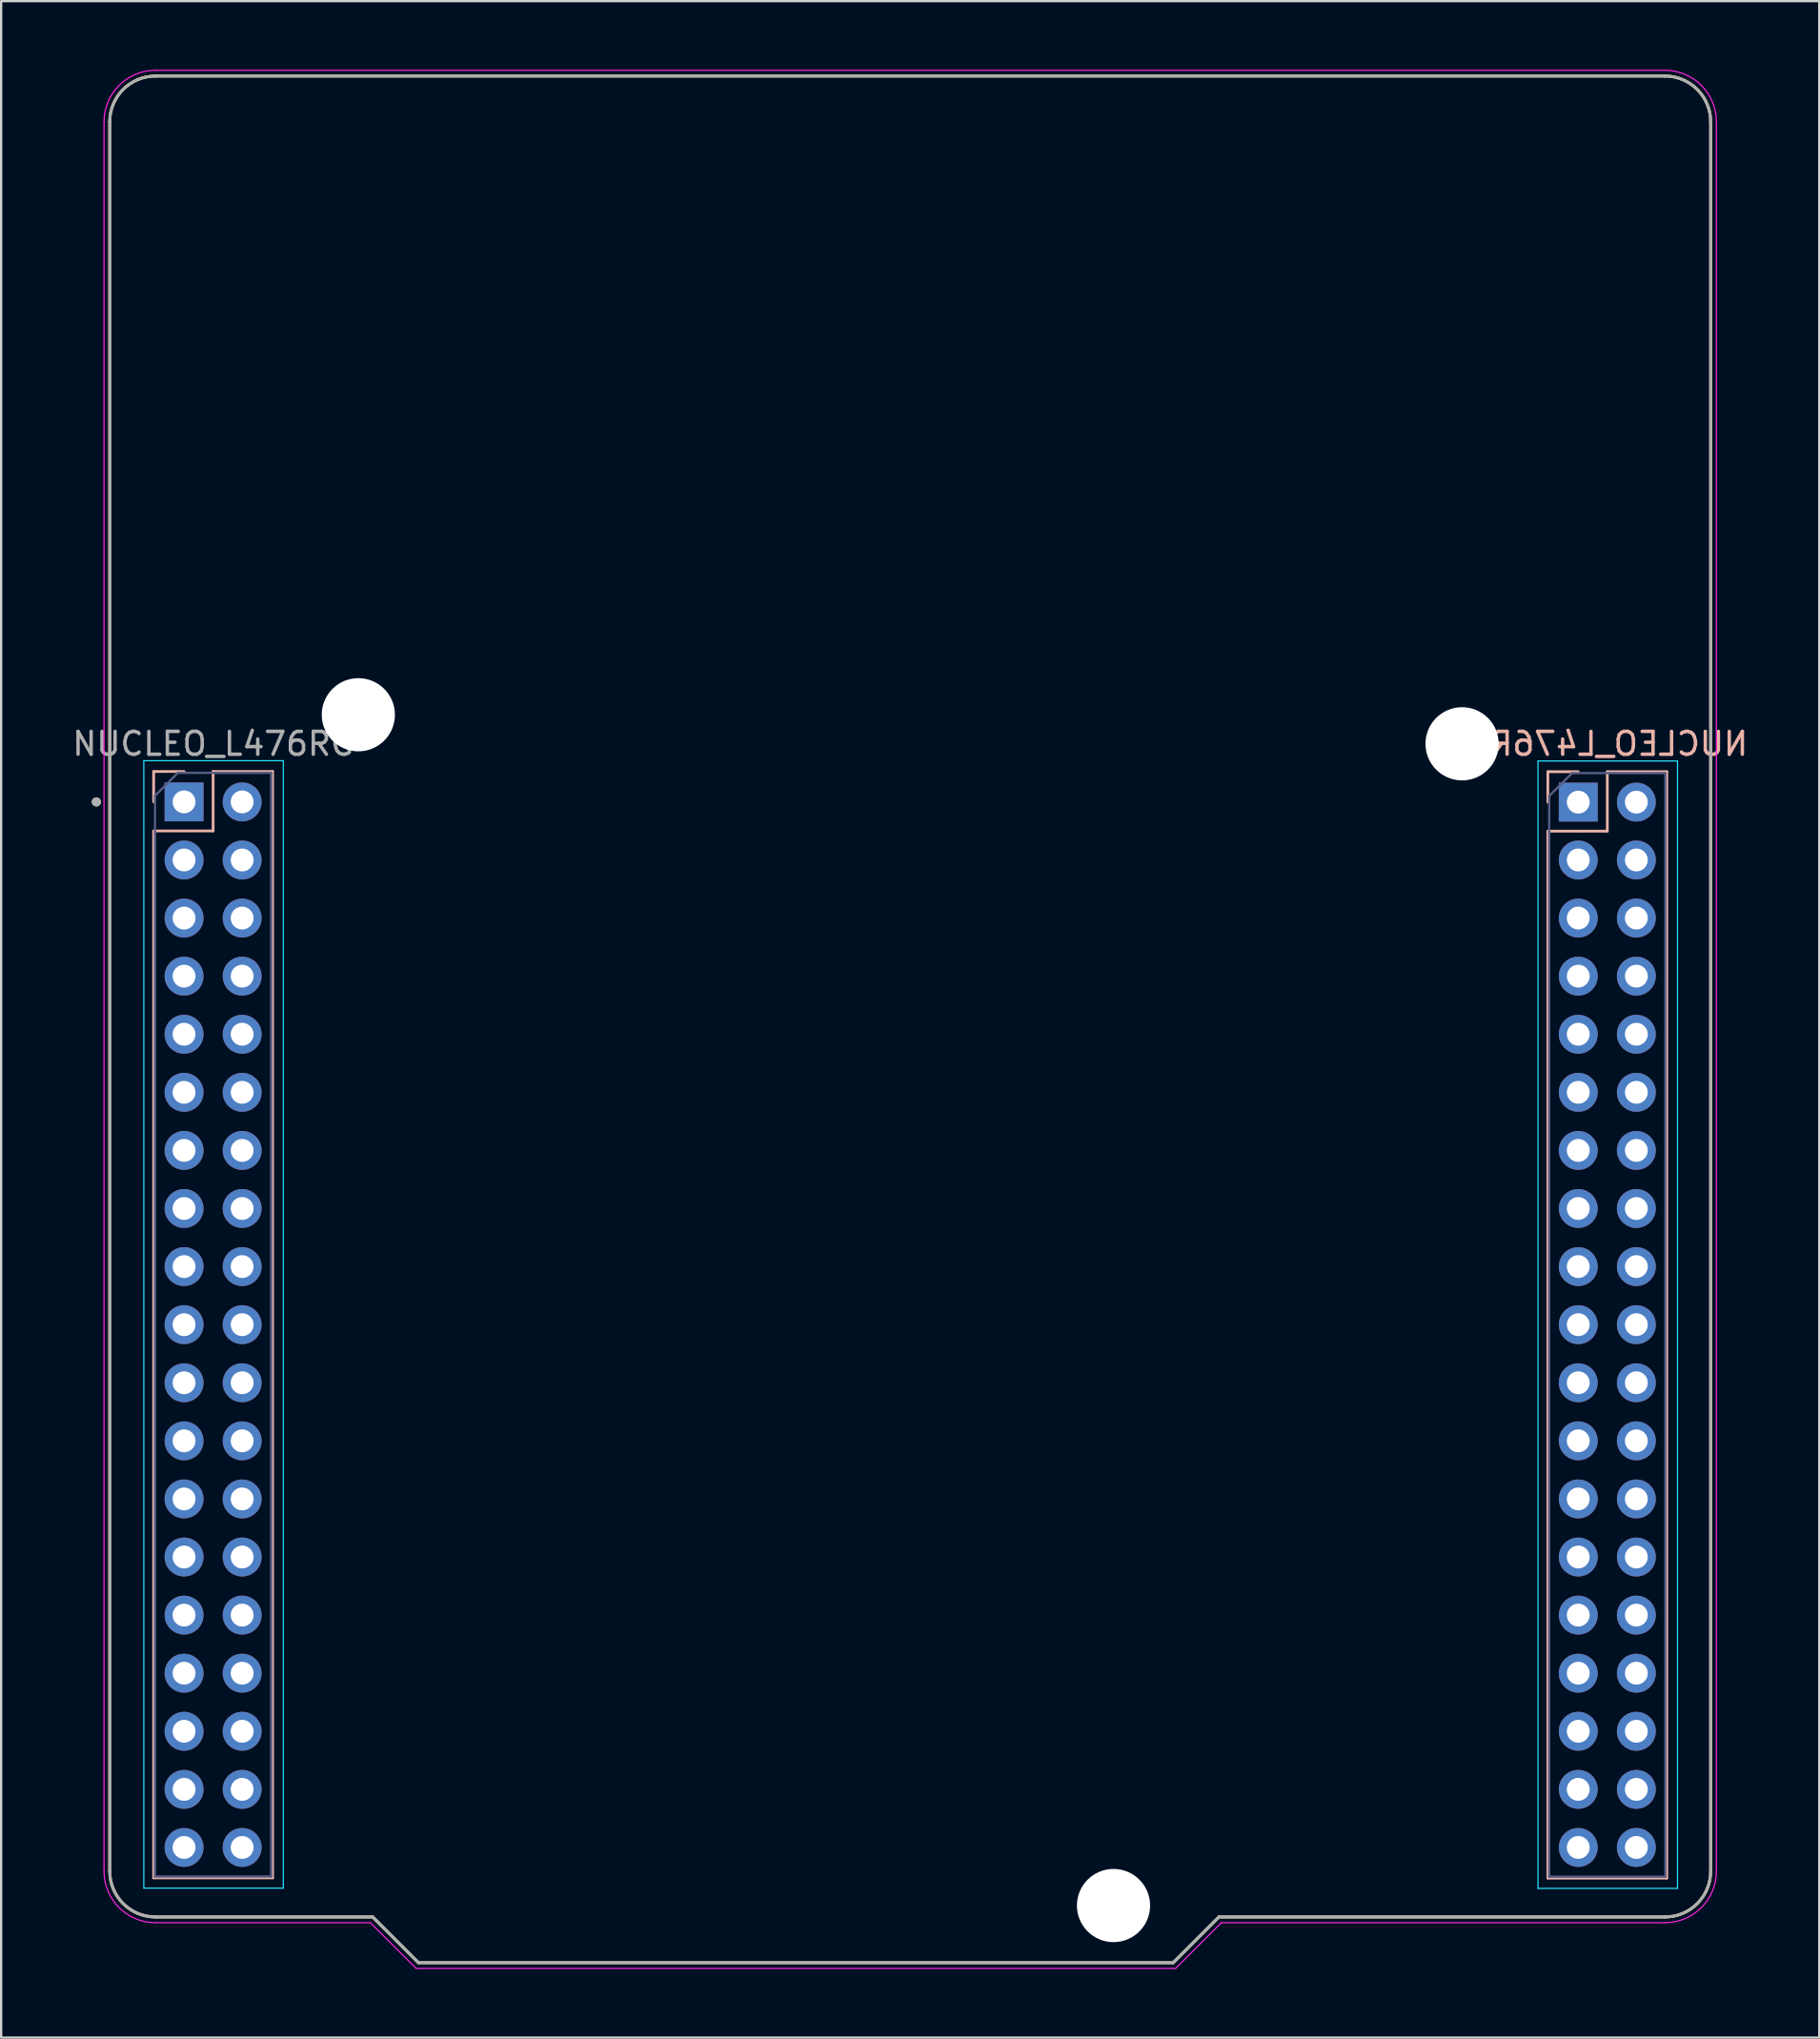
<source format=kicad_pcb>
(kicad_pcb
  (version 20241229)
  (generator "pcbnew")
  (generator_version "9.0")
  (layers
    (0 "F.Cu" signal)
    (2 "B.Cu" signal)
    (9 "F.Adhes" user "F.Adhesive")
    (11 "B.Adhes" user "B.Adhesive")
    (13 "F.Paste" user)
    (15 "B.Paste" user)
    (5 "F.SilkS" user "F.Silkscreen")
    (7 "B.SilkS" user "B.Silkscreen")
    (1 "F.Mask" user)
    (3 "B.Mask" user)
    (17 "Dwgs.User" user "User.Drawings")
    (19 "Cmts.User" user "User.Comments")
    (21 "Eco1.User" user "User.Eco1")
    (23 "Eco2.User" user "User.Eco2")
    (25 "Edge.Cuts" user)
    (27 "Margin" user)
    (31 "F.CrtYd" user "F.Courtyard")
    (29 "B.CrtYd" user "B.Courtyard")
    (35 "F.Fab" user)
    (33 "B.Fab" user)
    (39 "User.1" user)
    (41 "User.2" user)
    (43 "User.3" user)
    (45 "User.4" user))
  (footprint "NUCLEO_L476RG"
    (layer "F.Cu")
    (at 36.748 54.875)
    (property "Reference" "NUCLEO_L476RG" (at 30.48 -25.4 0) (layer "B.SilkS") (effects (font (size 1 1) (thickness 0.15)) (justify mirror)))
    (attr through_hole)
    (fp_line (start -35 -52.6) (end -35 23.9) (stroke (width 0.127) (type solid)) (layer "F.SilkS"))
    (fp_line (start -33 -54.6) (end 33 -54.6) (stroke (width 0.127) (type solid)) (layer "F.SilkS"))
    (fp_line (start -33 25.9) (end -23.5 25.9) (stroke (width 0.127) (type solid)) (layer "F.SilkS"))
    (fp_line (start -23.5 25.9) (end -21.5 27.9) (stroke (width 0.127) (type solid)) (layer "F.SilkS"))
    (fp_line (start -21.5 27.9) (end 11.5 27.9) (stroke (width 0.127) (type solid)) (layer "F.SilkS"))
    (fp_line (start 11.5 27.9) (end 13.5 25.9) (stroke (width 0.127) (type solid)) (layer "F.SilkS"))
    (fp_line (start 13.5 25.9) (end 33 25.9) (stroke (width 0.127) (type solid)) (layer "F.SilkS"))
    (fp_line (start 35 23.9) (end 35 -52.6) (stroke (width 0.127) (type solid)) (layer "F.SilkS"))
    (fp_arc (start -35 -52.6) (mid -34.414214 -54.014214) (end -33 -54.6) (stroke (width 0.127) (type solid)) (layer "F.SilkS"))
    (fp_arc (start -33 25.9) (mid -34.414214 25.314214) (end -35 23.9) (stroke (width 0.127) (type solid)) (layer "F.SilkS"))
    (fp_arc (start 33 -54.6) (mid 34.414214 -54.014214) (end 35 -52.6) (stroke (width 0.127) (type solid)) (layer "F.SilkS"))
    (fp_arc (start 35 23.9) (mid 34.414214 25.314214) (end 33 25.9) (stroke (width 0.127) (type solid)) (layer "F.SilkS"))
    (fp_circle (center -35.585 -22.86) (end -35.485 -22.86) (stroke (width 0.2) (type solid)) (fill no) (layer "F.SilkS"))
    (fp_line (start -33.08 -24.19) (end -33.08 -22.86) (stroke (width 0.12) (type solid)) (layer "B.SilkS"))
    (fp_line (start -33.08 -21.59) (end -33.08 24.19) (stroke (width 0.12) (type solid)) (layer "B.SilkS"))
    (fp_line (start -31.75 -24.19) (end -33.08 -24.19) (stroke (width 0.12) (type solid)) (layer "B.SilkS"))
    (fp_line (start -30.48 -24.19) (end -30.48 -21.59) (stroke (width 0.12) (type solid)) (layer "B.SilkS"))
    (fp_line (start -30.48 -21.59) (end -33.08 -21.59) (stroke (width 0.12) (type solid)) (layer "B.SilkS"))
    (fp_line (start -27.88 -24.19) (end -30.48 -24.19) (stroke (width 0.12) (type solid)) (layer "B.SilkS"))
    (fp_line (start -27.88 -24.19) (end -27.88 24.19) (stroke (width 0.12) (type solid)) (layer "B.SilkS"))
    (fp_line (start -27.88 24.19) (end -33.08 24.19) (stroke (width 0.12) (type solid)) (layer "B.SilkS"))
    (fp_line (start 27.88 -24.18) (end 27.88 -22.85) (stroke (width 0.12) (type solid)) (layer "B.SilkS"))
    (fp_line (start 27.88 -21.58) (end 27.88 24.2) (stroke (width 0.12) (type solid)) (layer "B.SilkS"))
    (fp_line (start 29.21 -24.18) (end 27.88 -24.18) (stroke (width 0.12) (type solid)) (layer "B.SilkS"))
    (fp_line (start 30.48 -24.18) (end 30.48 -21.58) (stroke (width 0.12) (type solid)) (layer "B.SilkS"))
    (fp_line (start 30.48 -21.58) (end 27.88 -21.58) (stroke (width 0.12) (type solid)) (layer "B.SilkS"))
    (fp_line (start 33.08 -24.18) (end 30.48 -24.18) (stroke (width 0.12) (type solid)) (layer "B.SilkS"))
    (fp_line (start 33.08 -24.18) (end 33.08 24.2) (stroke (width 0.12) (type solid)) (layer "B.SilkS"))
    (fp_line (start 33.08 24.2) (end 27.88 24.2) (stroke (width 0.12) (type solid)) (layer "B.SilkS"))
    (fp_line (start -33.51 -24.66) (end -33.51 24.64) (stroke (width 0.05) (type solid)) (layer "B.CrtYd"))
    (fp_line (start -33.51 24.64) (end -27.41 24.64) (stroke (width 0.05) (type solid)) (layer "B.CrtYd"))
    (fp_line (start -27.41 -24.66) (end -33.51 -24.66) (stroke (width 0.05) (type solid)) (layer "B.CrtYd"))
    (fp_line (start -27.41 24.64) (end -27.41 -24.66) (stroke (width 0.05) (type solid)) (layer "B.CrtYd"))
    (fp_line (start 27.45 -24.65) (end 27.45 24.65) (stroke (width 0.05) (type solid)) (layer "B.CrtYd"))
    (fp_line (start 27.45 24.65) (end 33.55 24.65) (stroke (width 0.05) (type solid)) (layer "B.CrtYd"))
    (fp_line (start 33.55 -24.65) (end 27.45 -24.65) (stroke (width 0.05) (type solid)) (layer "B.CrtYd"))
    (fp_line (start 33.55 24.65) (end 33.55 -24.65) (stroke (width 0.05) (type solid)) (layer "B.CrtYd"))
    (fp_line (start -35.25 -52.6) (end -35.25 23.9) (stroke (width 0.05) (type solid)) (layer "F.CrtYd"))
    (fp_line (start -33 -54.85) (end 33 -54.85) (stroke (width 0.05) (type solid)) (layer "F.CrtYd"))
    (fp_line (start -33 26.15) (end -23.604 26.15) (stroke (width 0.05) (type solid)) (layer "F.CrtYd"))
    (fp_line (start -23.604 26.15) (end -21.604 28.15) (stroke (width 0.05) (type solid)) (layer "F.CrtYd"))
    (fp_line (start -21.604 28.15) (end 11.604 28.15) (stroke (width 0.05) (type solid)) (layer "F.CrtYd"))
    (fp_line (start 11.604 28.15) (end 13.604 26.15) (stroke (width 0.05) (type solid)) (layer "F.CrtYd"))
    (fp_line (start 13.604 26.15) (end 33 26.15) (stroke (width 0.05) (type solid)) (layer "F.CrtYd"))
    (fp_line (start 35.25 23.9) (end 35.25 -52.6) (stroke (width 0.05) (type solid)) (layer "F.CrtYd"))
    (fp_arc (start -35.25 -52.6) (mid -34.59099 -54.19099) (end -33 -54.85) (stroke (width 0.05) (type solid)) (layer "F.CrtYd"))
    (fp_arc (start -33 26.15) (mid -34.59099 25.49099) (end -35.25 23.9) (stroke (width 0.05) (type solid)) (layer "F.CrtYd"))
    (fp_arc (start 33 -54.85) (mid 34.59099 -54.19099) (end 35.25 -52.6) (stroke (width 0.05) (type solid)) (layer "F.CrtYd"))
    (fp_arc (start 35.25 23.9) (mid 34.59099 25.49099) (end 33 26.15) (stroke (width 0.05) (type solid)) (layer "F.CrtYd"))
    (fp_line (start -33.02 -23.13) (end -33.02 24.13) (stroke (width 0.1) (type solid)) (layer "B.Fab"))
    (fp_line (start -33.02 24.13) (end -27.94 24.13) (stroke (width 0.1) (type solid)) (layer "B.Fab"))
    (fp_line (start -32.02 -24.13) (end -33.02 -23.13) (stroke (width 0.1) (type solid)) (layer "B.Fab"))
    (fp_line (start -27.94 -24.13) (end -32.02 -24.13) (stroke (width 0.1) (type solid)) (layer "B.Fab"))
    (fp_line (start -27.94 24.13) (end -27.94 -24.13) (stroke (width 0.1) (type solid)) (layer "B.Fab"))
    (fp_line (start 27.94 -23.12) (end 27.94 24.14) (stroke (width 0.1) (type solid)) (layer "B.Fab"))
    (fp_line (start 27.94 24.14) (end 33.02 24.14) (stroke (width 0.1) (type solid)) (layer "B.Fab"))
    (fp_line (start 28.94 -24.12) (end 27.94 -23.12) (stroke (width 0.1) (type solid)) (layer "B.Fab"))
    (fp_line (start 33.02 -24.12) (end 28.94 -24.12) (stroke (width 0.1) (type solid)) (layer "B.Fab"))
    (fp_line (start 33.02 24.14) (end 33.02 -24.12) (stroke (width 0.1) (type solid)) (layer "B.Fab"))
    (fp_line (start -35 -52.6) (end -35 23.9) (stroke (width 0.127) (type solid)) (layer "F.Fab"))
    (fp_line (start -33 -54.6) (end 33 -54.6) (stroke (width 0.127) (type solid)) (layer "F.Fab"))
    (fp_line (start -33 25.9) (end -23.5 25.9) (stroke (width 0.127) (type solid)) (layer "F.Fab"))
    (fp_line (start -23.5 25.9) (end -21.5 27.9) (stroke (width 0.127) (type solid)) (layer "F.Fab"))
    (fp_line (start -21.5 27.9) (end 11.5 27.9) (stroke (width 0.127) (type solid)) (layer "F.Fab"))
    (fp_line (start 11.5 27.9) (end 13.5 25.9) (stroke (width 0.127) (type solid)) (layer "F.Fab"))
    (fp_line (start 13.5 25.9) (end 33 25.9) (stroke (width 0.127) (type solid)) (layer "F.Fab"))
    (fp_line (start 35 23.9) (end 35 -52.6) (stroke (width 0.127) (type solid)) (layer "F.Fab"))
    (fp_arc (start -35 -52.6) (mid -34.414214 -54.014214) (end -33 -54.6) (stroke (width 0.127) (type solid)) (layer "F.Fab"))
    (fp_arc (start -33 25.9) (mid -34.414214 25.314214) (end -35 23.9) (stroke (width 0.127) (type solid)) (layer "F.Fab"))
    (fp_arc (start 33 -54.6) (mid 34.414214 -54.014214) (end 35 -52.6) (stroke (width 0.127) (type solid)) (layer "F.Fab"))
    (fp_arc (start 35 23.9) (mid 34.414214 25.314214) (end 33 25.9) (stroke (width 0.127) (type solid)) (layer "F.Fab"))
    (fp_circle (center -35.585 -22.86) (end -35.485 -22.86) (stroke (width 0.2) (type solid)) (fill no) (layer "F.Fab"))
    (fp_text user "${REFERENCE}" (at -30.48 -25.4 180) (layer "F.Fab") (effects (font (size 1 1) (thickness 0.15))))
    (pad "" np_thru_hole circle (at -24.13 -26.67) (size 3.2 3.2) (drill 3.2) (layers "*.Cu" "*.Mask"))
    (pad "" np_thru_hole circle (at 8.89 25.4) (size 3.2 3.2) (drill 3.2) (layers "*.Cu" "*.Mask"))
    (pad "" np_thru_hole circle (at 24.13 -25.4) (size 3.2 3.2) (drill 3.2) (layers "*.Cu" "*.Mask"))
    (pad "101" thru_hole rect (at -31.75 -22.86) (size 1.7 1.7) (drill 1) (layers "*.Cu" "*.Mask"))
    (pad "102" thru_hole oval (at -29.21 -22.86) (size 1.7 1.7) (drill 1) (layers "*.Cu" "*.Mask"))
    (pad "103" thru_hole oval (at -31.75 -20.32) (size 1.7 1.7) (drill 1) (layers "*.Cu" "*.Mask"))
    (pad "104" thru_hole oval (at -29.21 -20.32) (size 1.7 1.7) (drill 1) (layers "*.Cu" "*.Mask"))
    (pad "105" thru_hole oval (at -31.75 -17.78) (size 1.7 1.7) (drill 1) (layers "*.Cu" "*.Mask"))
    (pad "106" thru_hole oval (at -29.21 -17.78) (size 1.7 1.7) (drill 1) (layers "*.Cu" "*.Mask"))
    (pad "107" thru_hole oval (at -31.75 -15.24) (size 1.7 1.7) (drill 1) (layers "*.Cu" "*.Mask"))
    (pad "108" thru_hole oval (at -29.21 -15.24) (size 1.7 1.7) (drill 1) (layers "*.Cu" "*.Mask"))
    (pad "109" thru_hole oval (at -31.75 -12.7) (size 1.7 1.7) (drill 1) (layers "*.Cu" "*.Mask"))
    (pad "110" thru_hole oval (at -29.21 -12.7) (size 1.7 1.7) (drill 1) (layers "*.Cu" "*.Mask"))
    (pad "111" thru_hole oval (at -31.75 -10.16) (size 1.7 1.7) (drill 1) (layers "*.Cu" "*.Mask"))
    (pad "112" thru_hole oval (at -29.21 -10.16) (size 1.7 1.7) (drill 1) (layers "*.Cu" "*.Mask"))
    (pad "113" thru_hole oval (at -31.75 -7.62) (size 1.7 1.7) (drill 1) (layers "*.Cu" "*.Mask"))
    (pad "114" thru_hole oval (at -29.21 -7.62) (size 1.7 1.7) (drill 1) (layers "*.Cu" "*.Mask"))
    (pad "115" thru_hole oval (at -31.75 -5.08) (size 1.7 1.7) (drill 1) (layers "*.Cu" "*.Mask"))
    (pad "116" thru_hole oval (at -29.21 -5.08) (size 1.7 1.7) (drill 1) (layers "*.Cu" "*.Mask"))
    (pad "117" thru_hole oval (at -31.75 -2.54) (size 1.7 1.7) (drill 1) (layers "*.Cu" "*.Mask"))
    (pad "118" thru_hole oval (at -29.21 -2.54) (size 1.7 1.7) (drill 1) (layers "*.Cu" "*.Mask"))
    (pad "119" thru_hole oval (at -31.75 0) (size 1.7 1.7) (drill 1) (layers "*.Cu" "*.Mask"))
    (pad "120" thru_hole oval (at -29.21 0) (size 1.7 1.7) (drill 1) (layers "*.Cu" "*.Mask"))
    (pad "121" thru_hole oval (at -31.75 2.54) (size 1.7 1.7) (drill 1) (layers "*.Cu" "*.Mask"))
    (pad "122" thru_hole oval (at -29.21 2.54) (size 1.7 1.7) (drill 1) (layers "*.Cu" "*.Mask"))
    (pad "123" thru_hole oval (at -31.75 5.08) (size 1.7 1.7) (drill 1) (layers "*.Cu" "*.Mask"))
    (pad "124" thru_hole oval (at -29.21 5.08) (size 1.7 1.7) (drill 1) (layers "*.Cu" "*.Mask"))
    (pad "125" thru_hole oval (at -31.75 7.62) (size 1.7 1.7) (drill 1) (layers "*.Cu" "*.Mask"))
    (pad "126" thru_hole oval (at -29.21 7.62) (size 1.7 1.7) (drill 1) (layers "*.Cu" "*.Mask"))
    (pad "127" thru_hole oval (at -31.75 10.16) (size 1.7 1.7) (drill 1) (layers "*.Cu" "*.Mask"))
    (pad "128" thru_hole oval (at -29.21 10.16) (size 1.7 1.7) (drill 1) (layers "*.Cu" "*.Mask"))
    (pad "129" thru_hole oval (at -31.75 12.7) (size 1.7 1.7) (drill 1) (layers "*.Cu" "*.Mask"))
    (pad "130" thru_hole oval (at -29.21 12.7) (size 1.7 1.7) (drill 1) (layers "*.Cu" "*.Mask"))
    (pad "131" thru_hole oval (at -31.75 15.24) (size 1.7 1.7) (drill 1) (layers "*.Cu" "*.Mask"))
    (pad "132" thru_hole oval (at -29.21 15.24) (size 1.7 1.7) (drill 1) (layers "*.Cu" "*.Mask"))
    (pad "133" thru_hole oval (at -31.75 17.78) (size 1.7 1.7) (drill 1) (layers "*.Cu" "*.Mask"))
    (pad "134" thru_hole oval (at -29.21 17.78) (size 1.7 1.7) (drill 1) (layers "*.Cu" "*.Mask"))
    (pad "135" thru_hole oval (at -31.75 20.32) (size 1.7 1.7) (drill 1) (layers "*.Cu" "*.Mask"))
    (pad "136" thru_hole oval (at -29.21 20.32) (size 1.7 1.7) (drill 1) (layers "*.Cu" "*.Mask"))
    (pad "137" thru_hole oval (at -31.75 22.86) (size 1.7 1.7) (drill 1) (layers "*.Cu" "*.Mask"))
    (pad "138" thru_hole oval (at -29.21 22.86) (size 1.7 1.7) (drill 1) (layers "*.Cu" "*.Mask"))
    (pad "201" thru_hole rect (at 29.21 -22.85) (size 1.7 1.7) (drill 1) (layers "*.Cu" "*.Mask"))
    (pad "202" thru_hole oval (at 31.75 -22.85) (size 1.7 1.7) (drill 1) (layers "*.Cu" "*.Mask"))
    (pad "203" thru_hole oval (at 29.21 -20.32) (size 1.7 1.7) (drill 1) (layers "*.Cu" "*.Mask"))
    (pad "204" thru_hole oval (at 31.75 -20.32) (size 1.7 1.7) (drill 1) (layers "*.Cu" "*.Mask"))
    (pad "205" thru_hole oval (at 29.21 -17.78) (size 1.7 1.7) (drill 1) (layers "*.Cu" "*.Mask"))
    (pad "206" thru_hole oval (at 31.75 -17.78) (size 1.7 1.7) (drill 1) (layers "*.Cu" "*.Mask"))
    (pad "207" thru_hole oval (at 29.21 -15.24) (size 1.7 1.7) (drill 1) (layers "*.Cu" "*.Mask"))
    (pad "208" thru_hole oval (at 31.75 -15.24) (size 1.7 1.7) (drill 1) (layers "*.Cu" "*.Mask"))
    (pad "209" thru_hole oval (at 29.21 -12.7) (size 1.7 1.7) (drill 1) (layers "*.Cu" "*.Mask"))
    (pad "210" thru_hole oval (at 31.75 -12.7) (size 1.7 1.7) (drill 1) (layers "*.Cu" "*.Mask"))
    (pad "211" thru_hole oval (at 29.21 -10.16) (size 1.7 1.7) (drill 1) (layers "*.Cu" "*.Mask"))
    (pad "212" thru_hole oval (at 31.75 -10.16) (size 1.7 1.7) (drill 1) (layers "*.Cu" "*.Mask"))
    (pad "213" thru_hole oval (at 29.21 -7.62) (size 1.7 1.7) (drill 1) (layers "*.Cu" "*.Mask"))
    (pad "214" thru_hole oval (at 31.75 -7.62) (size 1.7 1.7) (drill 1) (layers "*.Cu" "*.Mask"))
    (pad "215" thru_hole oval (at 29.21 -5.08) (size 1.7 1.7) (drill 1) (layers "*.Cu" "*.Mask"))
    (pad "216" thru_hole oval (at 31.75 -5.08) (size 1.7 1.7) (drill 1) (layers "*.Cu" "*.Mask"))
    (pad "217" thru_hole oval (at 29.21 -2.54) (size 1.7 1.7) (drill 1) (layers "*.Cu" "*.Mask"))
    (pad "218" thru_hole oval (at 31.75 -2.54) (size 1.7 1.7) (drill 1) (layers "*.Cu" "*.Mask"))
    (pad "219" thru_hole oval (at 29.21 0) (size 1.7 1.7) (drill 1) (layers "*.Cu" "*.Mask"))
    (pad "220" thru_hole oval (at 31.75 0) (size 1.7 1.7) (drill 1) (layers "*.Cu" "*.Mask"))
    (pad "221" thru_hole oval (at 29.21 2.54) (size 1.7 1.7) (drill 1) (layers "*.Cu" "*.Mask"))
    (pad "222" thru_hole oval (at 31.75 2.54) (size 1.7 1.7) (drill 1) (layers "*.Cu" "*.Mask"))
    (pad "223" thru_hole oval (at 29.21 5.08) (size 1.7 1.7) (drill 1) (layers "*.Cu" "*.Mask"))
    (pad "224" thru_hole oval (at 31.75 5.08) (size 1.7 1.7) (drill 1) (layers "*.Cu" "*.Mask"))
    (pad "225" thru_hole oval (at 29.21 7.62) (size 1.7 1.7) (drill 1) (layers "*.Cu" "*.Mask"))
    (pad "226" thru_hole oval (at 31.75 7.62) (size 1.7 1.7) (drill 1) (layers "*.Cu" "*.Mask"))
    (pad "227" thru_hole oval (at 29.21 10.16) (size 1.7 1.7) (drill 1) (layers "*.Cu" "*.Mask"))
    (pad "228" thru_hole oval (at 31.75 10.16) (size 1.7 1.7) (drill 1) (layers "*.Cu" "*.Mask"))
    (pad "229" thru_hole oval (at 29.21 12.7) (size 1.7 1.7) (drill 1) (layers "*.Cu" "*.Mask"))
    (pad "230" thru_hole oval (at 31.75 12.7) (size 1.7 1.7) (drill 1) (layers "*.Cu" "*.Mask"))
    (pad "231" thru_hole oval (at 29.21 15.24) (size 1.7 1.7) (drill 1) (layers "*.Cu" "*.Mask"))
    (pad "232" thru_hole oval (at 31.75 15.24) (size 1.7 1.7) (drill 1) (layers "*.Cu" "*.Mask"))
    (pad "233" thru_hole oval (at 29.21 17.78) (size 1.7 1.7) (drill 1) (layers "*.Cu" "*.Mask"))
    (pad "234" thru_hole oval (at 31.75 17.78) (size 1.7 1.7) (drill 1) (layers "*.Cu" "*.Mask"))
    (pad "235" thru_hole oval (at 29.21 20.32) (size 1.7 1.7) (drill 1) (layers "*.Cu" "*.Mask"))
    (pad "236" thru_hole oval (at 31.75 20.32) (size 1.7 1.7) (drill 1) (layers "*.Cu" "*.Mask"))
    (pad "237" thru_hole oval (at 29.21 22.86) (size 1.7 1.7) (drill 1) (layers "*.Cu" "*.Mask"))
    (pad "238" thru_hole oval (at 31.75 22.86) (size 1.7 1.7) (drill 1) (layers "*.Cu" "*.Mask")))
  (gr_rect
    (start -3 -3)
    (end 76.496 86.05)
    (stroke (width 0.1) (type default))
    (fill no)
    (layer "Edge.Cuts")))
</source>
